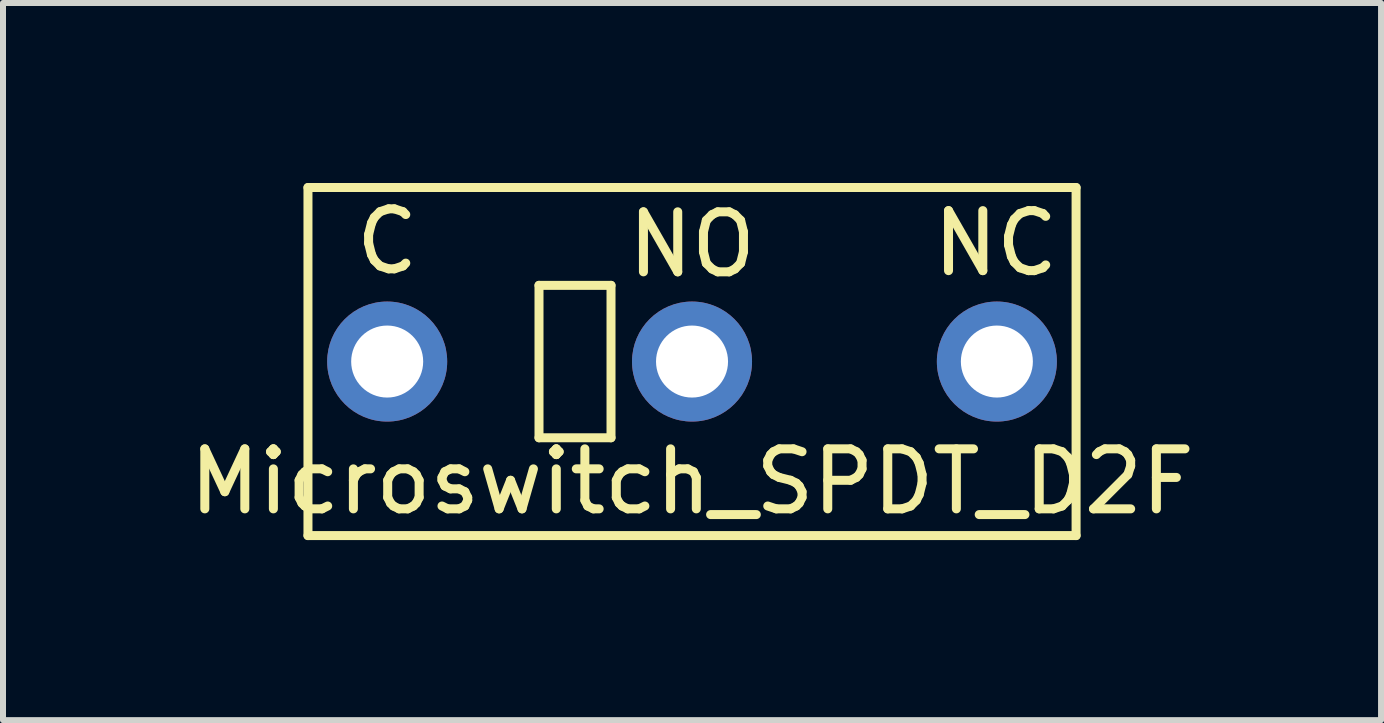
<source format=kicad_pcb>
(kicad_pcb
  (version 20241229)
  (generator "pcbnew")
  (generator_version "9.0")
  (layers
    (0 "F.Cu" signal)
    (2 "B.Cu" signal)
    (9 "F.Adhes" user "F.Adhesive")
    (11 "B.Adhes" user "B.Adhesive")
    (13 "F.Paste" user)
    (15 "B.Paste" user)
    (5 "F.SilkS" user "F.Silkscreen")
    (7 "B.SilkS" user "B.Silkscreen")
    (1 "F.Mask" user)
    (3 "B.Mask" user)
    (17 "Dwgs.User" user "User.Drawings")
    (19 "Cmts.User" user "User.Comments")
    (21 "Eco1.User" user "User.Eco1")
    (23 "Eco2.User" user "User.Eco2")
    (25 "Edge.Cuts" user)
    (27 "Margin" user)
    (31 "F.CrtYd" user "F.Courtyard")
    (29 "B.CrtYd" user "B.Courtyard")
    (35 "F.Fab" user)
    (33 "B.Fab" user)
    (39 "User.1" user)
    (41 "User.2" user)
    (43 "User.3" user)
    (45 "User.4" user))
  (footprint "Microswitch_SPDT_D2F"
    (layer "F.Cu")
    (at 8.482 2.975)
    (property "Reference" "Microswitch_SPDT_D2F" (at 0 2 0) (layer "F.SilkS") (effects (font (size 1 1) (thickness 0.15))))
    (attr through_hole)
    (fp_line (start -6.4 -2.9) (end -6.4 2.9) (stroke (width 0.15) (type solid)) (layer "F.SilkS"))
    (fp_line (start -6.4 2.9) (end 6.4 2.9) (stroke (width 0.15) (type solid)) (layer "F.SilkS"))
    (fp_line (start -2.55 -1.27) (end -1.35 -1.27) (stroke (width 0.15) (type solid)) (layer "F.SilkS"))
    (fp_line (start -2.55 1.27) (end -2.55 -1.27) (stroke (width 0.15) (type solid)) (layer "F.SilkS"))
    (fp_line (start -1.35 -1.27) (end -1.35 1.27) (stroke (width 0.15) (type solid)) (layer "F.SilkS"))
    (fp_line (start -1.35 1.27) (end -2.55 1.27) (stroke (width 0.15) (type solid)) (layer "F.SilkS"))
    (fp_line (start 6.4 -2.9) (end -6.4 -2.9) (stroke (width 0.15) (type solid)) (layer "F.SilkS"))
    (fp_line (start 6.4 2.9) (end 6.4 -2.9) (stroke (width 0.15) (type solid)) (layer "F.SilkS"))
    (fp_text user "NO" (at 0 -1.95 0) (layer "F.SilkS") (effects (font (size 1 1) (thickness 0.15))))
    (fp_text user "C" (at -5.08 -2 0) (layer "F.SilkS") (effects (font (size 1 1) (thickness 0.15))))
    (fp_text user "NC" (at 5.06 -1.97 0) (layer "F.SilkS") (effects (font (size 1 1) (thickness 0.15))))
    (pad "1" thru_hole circle (at 5.08 0) (size 2 2) (drill 1.2) (layers "*.Cu" "*.Mask"))
    (pad "2" thru_hole circle (at -5.08 0) (size 2 2) (drill 1.2) (layers "*.Cu" "*.Mask"))
    (pad "3" thru_hole circle (at 0 0) (size 2 2) (drill 1.2) (layers "*.Cu" "*.Mask")))
  (gr_rect
    (start -3 -3)
    (end 19.964 8.95)
    (stroke (width 0.1) (type default))
    (fill no)
    (layer "Edge.Cuts")))
</source>
